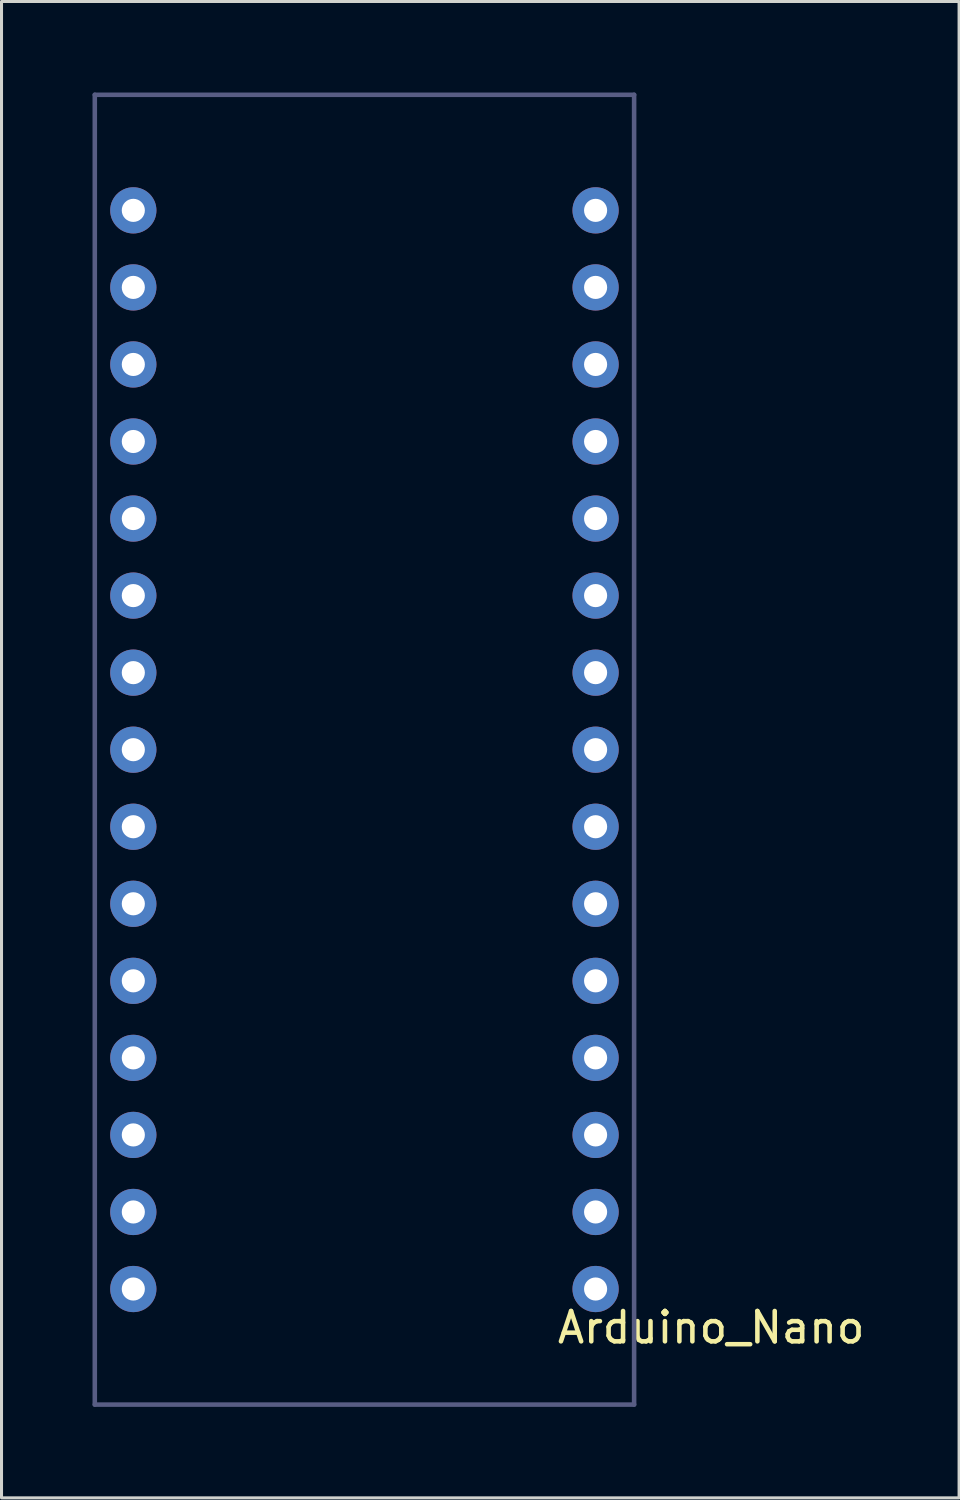
<source format=kicad_pcb>
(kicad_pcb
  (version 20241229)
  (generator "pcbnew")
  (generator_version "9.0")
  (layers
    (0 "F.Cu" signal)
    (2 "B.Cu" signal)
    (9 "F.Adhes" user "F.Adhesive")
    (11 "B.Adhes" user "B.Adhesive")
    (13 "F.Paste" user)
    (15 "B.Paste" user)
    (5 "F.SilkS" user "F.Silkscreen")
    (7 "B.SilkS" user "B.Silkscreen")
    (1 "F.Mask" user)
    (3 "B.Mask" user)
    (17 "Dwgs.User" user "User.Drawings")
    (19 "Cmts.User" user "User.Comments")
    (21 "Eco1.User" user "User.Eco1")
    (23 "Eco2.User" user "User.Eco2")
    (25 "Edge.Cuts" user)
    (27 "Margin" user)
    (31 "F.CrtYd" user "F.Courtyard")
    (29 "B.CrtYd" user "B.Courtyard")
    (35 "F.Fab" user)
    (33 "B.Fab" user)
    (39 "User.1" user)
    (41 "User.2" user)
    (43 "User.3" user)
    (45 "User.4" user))
  (footprint "Arduino_Nano"
    (layer "F.Cu")
    (at 10.235 22.935)
    (property "Reference" "Arduino_Nano" (at 10.16 17.78 180) (layer "F.SilkS") (effects (font (size 1 1) (thickness 0.15))))
    (attr through_hole)
    (fp_line (start -10.16 -22.86) (end -10.16 20.32) (stroke (width 0.15) (type solid)) (layer "B.Fab"))
    (fp_line (start -10.16 20.32) (end 7.62 20.32) (stroke (width 0.15) (type solid)) (layer "B.Fab"))
    (fp_line (start 7.62 -22.86) (end -10.16 -22.86) (stroke (width 0.15) (type solid)) (layer "B.Fab"))
    (fp_line (start 7.62 20.32) (end 7.62 -22.86) (stroke (width 0.15) (type solid)) (layer "B.Fab"))
    (pad "1" thru_hole circle (at -8.89 -19.05 180) (size 1.524 1.524) (drill 0.762) (layers "*.Cu" "*.Mask"))
    (pad "2" thru_hole circle (at -8.89 -16.51 180) (size 1.524 1.524) (drill 0.762) (layers "*.Cu" "*.Mask"))
    (pad "3" thru_hole circle (at -8.89 -13.97 180) (size 1.524 1.524) (drill 0.762) (layers "*.Cu" "*.Mask"))
    (pad "4" thru_hole circle (at -8.89 -11.43 180) (size 1.524 1.524) (drill 0.762) (layers "*.Cu" "*.Mask"))
    (pad "5" thru_hole circle (at -8.89 -8.89 180) (size 1.524 1.524) (drill 0.762) (layers "*.Cu" "*.Mask"))
    (pad "6" thru_hole circle (at -8.89 -6.35 180) (size 1.524 1.524) (drill 0.762) (layers "*.Cu" "*.Mask"))
    (pad "7" thru_hole circle (at -8.89 -3.81 180) (size 1.524 1.524) (drill 0.762) (layers "*.Cu" "*.Mask"))
    (pad "8" thru_hole circle (at -8.89 -1.27 180) (size 1.524 1.524) (drill 0.762) (layers "*.Cu" "*.Mask"))
    (pad "9" thru_hole circle (at -8.89 1.27 180) (size 1.524 1.524) (drill 0.762) (layers "*.Cu" "*.Mask"))
    (pad "10" thru_hole circle (at -8.89 3.81 180) (size 1.524 1.524) (drill 0.762) (layers "*.Cu" "*.Mask"))
    (pad "11" thru_hole circle (at -8.89 6.35 180) (size 1.524 1.524) (drill 0.762) (layers "*.Cu" "*.Mask"))
    (pad "12" thru_hole circle (at -8.89 8.89 180) (size 1.524 1.524) (drill 0.762) (layers "*.Cu" "*.Mask"))
    (pad "13" thru_hole circle (at -8.89 11.43 180) (size 1.524 1.524) (drill 0.762) (layers "*.Cu" "*.Mask"))
    (pad "14" thru_hole circle (at -8.89 13.97 180) (size 1.524 1.524) (drill 0.762) (layers "*.Cu" "*.Mask"))
    (pad "15" thru_hole circle (at -8.89 16.51 180) (size 1.524 1.524) (drill 0.762) (layers "*.Cu" "*.Mask"))
    (pad "16" thru_hole circle (at 6.35 16.51 180) (size 1.524 1.524) (drill 0.762) (layers "*.Cu" "*.Mask"))
    (pad "17" thru_hole circle (at 6.35 13.97 180) (size 1.524 1.524) (drill 0.762) (layers "*.Cu" "*.Mask"))
    (pad "18" thru_hole circle (at 6.35 11.43 180) (size 1.524 1.524) (drill 0.762) (layers "*.Cu" "*.Mask"))
    (pad "19" thru_hole circle (at 6.35 8.89 180) (size 1.524 1.524) (drill 0.762) (layers "*.Cu" "*.Mask"))
    (pad "20" thru_hole circle (at 6.35 6.35 180) (size 1.524 1.524) (drill 0.762) (layers "*.Cu" "*.Mask"))
    (pad "21" thru_hole circle (at 6.35 3.81 180) (size 1.524 1.524) (drill 0.762) (layers "*.Cu" "*.Mask"))
    (pad "22" thru_hole circle (at 6.35 1.27 180) (size 1.524 1.524) (drill 0.762) (layers "*.Cu" "*.Mask"))
    (pad "23" thru_hole circle (at 6.35 -1.27 180) (size 1.524 1.524) (drill 0.762) (layers "*.Cu" "*.Mask"))
    (pad "24" thru_hole circle (at 6.35 -3.81 180) (size 1.524 1.524) (drill 0.762) (layers "*.Cu" "*.Mask"))
    (pad "25" thru_hole circle (at 6.35 -6.35 180) (size 1.524 1.524) (drill 0.762) (layers "*.Cu" "*.Mask"))
    (pad "26" thru_hole circle (at 6.35 -8.89 180) (size 1.524 1.524) (drill 0.762) (layers "*.Cu" "*.Mask"))
    (pad "27" thru_hole circle (at 6.35 -11.43 180) (size 1.524 1.524) (drill 0.762) (layers "*.Cu" "*.Mask"))
    (pad "28" thru_hole circle (at 6.35 -13.97 180) (size 1.524 1.524) (drill 0.762) (layers "*.Cu" "*.Mask"))
    (pad "29" thru_hole circle (at 6.35 -16.51 180) (size 1.524 1.524) (drill 0.762) (layers "*.Cu" "*.Mask"))
    (pad "30" thru_hole circle (at 6.35 -19.05 180) (size 1.524 1.524) (drill 0.762) (layers "*.Cu" "*.Mask")))
  (gr_rect
    (start -3 -3)
    (end 28.568 46.33)
    (stroke (width 0.1) (type default))
    (fill no)
    (layer "Edge.Cuts")))
</source>
